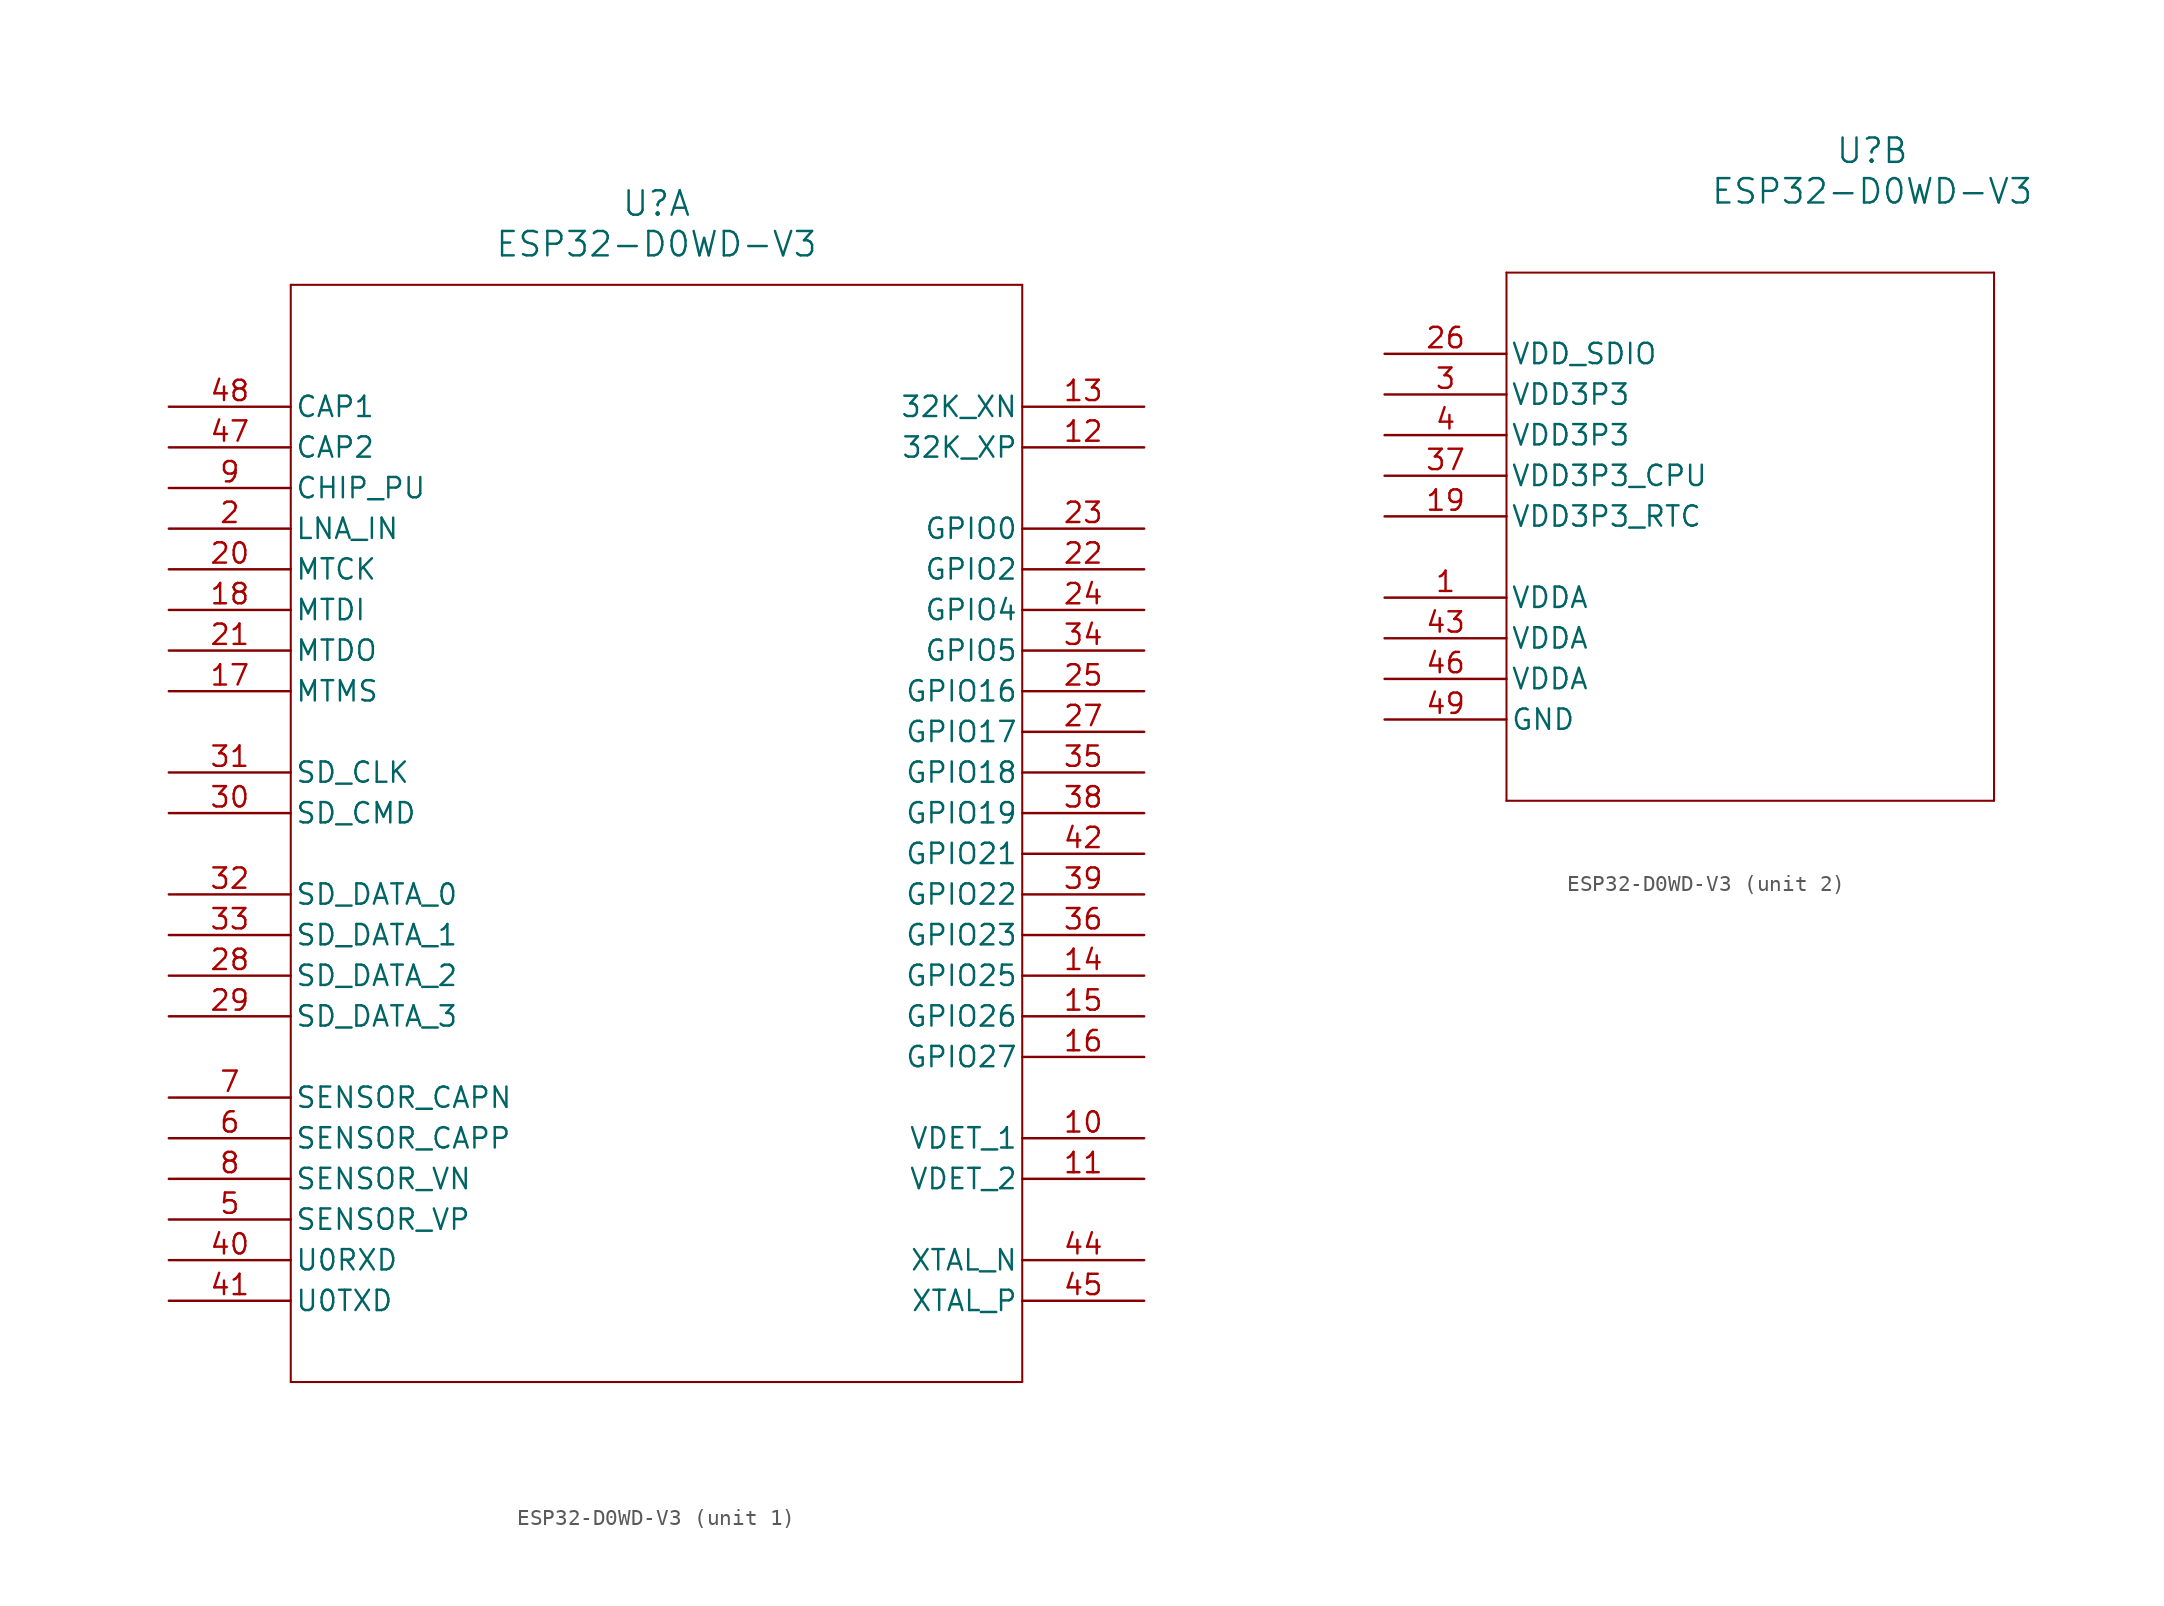
<source format=kicad_sym>
(kicad_symbol_lib
  (version 20211014)
  (generator kicad_symbol_editor)
  (symbol "ESP32-D0WD-V3"
    (pin_names
      (offset 0.254))
    (property "Reference" "U"
      (at 30.48 12.7 0)
      (effects (font (size 1.524 1.524))))
    (property "Value" "ESP32-D0WD-V3"
      (at 30.48 10.16 0)
      (effects (font (size 1.524 1.524))))
    (symbol "ESP32-D0WD-V3_1_1"
      (polyline (pts (xy 7.62 7.62) (xy 7.62 -60.96)) (stroke (width 0.127) (type default) (color 0 0 0 0)) (fill (type none)))
      (polyline (pts (xy 7.62 -60.96) (xy 53.34 -60.96)) (stroke (width 0.127) (type default) (color 0 0 0 0)) (fill (type none)))
      (polyline (pts (xy 53.34 -60.96) (xy 53.34 7.62)) (stroke (width 0.127) (type default) (color 0 0 0 0)) (fill (type none)))
      (polyline (pts (xy 53.34 7.62) (xy 7.62 7.62)) (stroke (width 0.127) (type default) (color 0 0 0 0)) (fill (type none)))
      (pin unspecified line (at 0 -7.62 0) (length 7.62) (name "LNA_IN" (effects (font (size 1.27 1.27)))) (number "2" (effects (font (size 1.27 1.27)))))
      (pin unspecified line (at 0 -50.8 0) (length 7.62) (name "SENSOR_VP" (effects (font (size 1.27 1.27)))) (number "5" (effects (font (size 1.27 1.27)))))
      (pin unspecified line (at 0 -45.72 0) (length 7.62) (name "SENSOR_CAPP" (effects (font (size 1.27 1.27)))) (number "6" (effects (font (size 1.27 1.27)))))
      (pin unspecified line (at 0 -43.18 0) (length 7.62) (name "SENSOR_CAPN" (effects (font (size 1.27 1.27)))) (number "7" (effects (font (size 1.27 1.27)))))
      (pin unspecified line (at 0 -48.26 0) (length 7.62) (name "SENSOR_VN" (effects (font (size 1.27 1.27)))) (number "8" (effects (font (size 1.27 1.27)))))
      (pin unspecified line (at 0 -5.08 0) (length 7.62) (name "CHIP_PU" (effects (font (size 1.27 1.27)))) (number "9" (effects (font (size 1.27 1.27)))))
      (pin bidirectional line (at 60.96 -45.72 180) (length 7.62) (name "VDET_1" (effects (font (size 1.27 1.27)))) (number "10" (effects (font (size 1.27 1.27)))))
      (pin bidirectional line (at 60.96 -48.26 180) (length 7.62) (name "VDET_2" (effects (font (size 1.27 1.27)))) (number "11" (effects (font (size 1.27 1.27)))))
      (pin bidirectional line (at 60.96 -2.54 180) (length 7.62) (name "32K_XP" (effects (font (size 1.27 1.27)))) (number "12" (effects (font (size 1.27 1.27)))))
      (pin bidirectional line (at 60.96 0 180) (length 7.62) (name "32K_XN" (effects (font (size 1.27 1.27)))) (number "13" (effects (font (size 1.27 1.27)))))
      (pin bidirectional line (at 60.96 -35.56 180) (length 7.62) (name "GPIO25" (effects (font (size 1.27 1.27)))) (number "14" (effects (font (size 1.27 1.27)))))
      (pin bidirectional line (at 60.96 -38.1 180) (length 7.62) (name "GPIO26" (effects (font (size 1.27 1.27)))) (number "15" (effects (font (size 1.27 1.27)))))
      (pin bidirectional line (at 60.96 -40.64 180) (length 7.62) (name "GPIO27" (effects (font (size 1.27 1.27)))) (number "16" (effects (font (size 1.27 1.27)))))
      (pin unspecified line (at 0 -17.78 0) (length 7.62) (name "MTMS" (effects (font (size 1.27 1.27)))) (number "17" (effects (font (size 1.27 1.27)))))
      (pin unspecified line (at 0 -12.7 0) (length 7.62) (name "MTDI" (effects (font (size 1.27 1.27)))) (number "18" (effects (font (size 1.27 1.27)))))
      (pin unspecified line (at 0 -10.16 0) (length 7.62) (name "MTCK" (effects (font (size 1.27 1.27)))) (number "20" (effects (font (size 1.27 1.27)))))
      (pin unspecified line (at 0 -15.24 0) (length 7.62) (name "MTDO" (effects (font (size 1.27 1.27)))) (number "21" (effects (font (size 1.27 1.27)))))
      (pin bidirectional line (at 60.96 -10.16 180) (length 7.62) (name "GPIO2" (effects (font (size 1.27 1.27)))) (number "22" (effects (font (size 1.27 1.27)))))
      (pin bidirectional line (at 60.96 -7.62 180) (length 7.62) (name "GPIO0" (effects (font (size 1.27 1.27)))) (number "23" (effects (font (size 1.27 1.27)))))
      (pin bidirectional line (at 60.96 -12.7 180) (length 7.62) (name "GPIO4" (effects (font (size 1.27 1.27)))) (number "24" (effects (font (size 1.27 1.27)))))
      (pin bidirectional line (at 60.96 -17.78 180) (length 7.62) (name "GPIO16" (effects (font (size 1.27 1.27)))) (number "25" (effects (font (size 1.27 1.27)))))
      (pin bidirectional line (at 60.96 -20.32 180) (length 7.62) (name "GPIO17" (effects (font (size 1.27 1.27)))) (number "27" (effects (font (size 1.27 1.27)))))
      (pin bidirectional line (at 0 -35.56 0) (length 7.62) (name "SD_DATA_2" (effects (font (size 1.27 1.27)))) (number "28" (effects (font (size 1.27 1.27)))))
      (pin bidirectional line (at 0 -38.1 0) (length 7.62) (name "SD_DATA_3" (effects (font (size 1.27 1.27)))) (number "29" (effects (font (size 1.27 1.27)))))
      (pin unspecified line (at 0 -25.4 0) (length 7.62) (name "SD_CMD" (effects (font (size 1.27 1.27)))) (number "30" (effects (font (size 1.27 1.27)))))
      (pin unspecified line (at 0 -22.86 0) (length 7.62) (name "SD_CLK" (effects (font (size 1.27 1.27)))) (number "31" (effects (font (size 1.27 1.27)))))
      (pin bidirectional line (at 0 -30.48 0) (length 7.62) (name "SD_DATA_0" (effects (font (size 1.27 1.27)))) (number "32" (effects (font (size 1.27 1.27)))))
      (pin bidirectional line (at 0 -33.02 0) (length 7.62) (name "SD_DATA_1" (effects (font (size 1.27 1.27)))) (number "33" (effects (font (size 1.27 1.27)))))
      (pin bidirectional line (at 60.96 -15.24 180) (length 7.62) (name "GPIO5" (effects (font (size 1.27 1.27)))) (number "34" (effects (font (size 1.27 1.27)))))
      (pin bidirectional line (at 60.96 -22.86 180) (length 7.62) (name "GPIO18" (effects (font (size 1.27 1.27)))) (number "35" (effects (font (size 1.27 1.27)))))
      (pin bidirectional line (at 60.96 -33.02 180) (length 7.62) (name "GPIO23" (effects (font (size 1.27 1.27)))) (number "36" (effects (font (size 1.27 1.27)))))
      (pin bidirectional line (at 60.96 -25.4 180) (length 7.62) (name "GPIO19" (effects (font (size 1.27 1.27)))) (number "38" (effects (font (size 1.27 1.27)))))
      (pin bidirectional line (at 60.96 -30.48 180) (length 7.62) (name "GPIO22" (effects (font (size 1.27 1.27)))) (number "39" (effects (font (size 1.27 1.27)))))
      (pin bidirectional line (at 0 -53.34 0) (length 7.62) (name "U0RXD" (effects (font (size 1.27 1.27)))) (number "40" (effects (font (size 1.27 1.27)))))
      (pin bidirectional line (at 0 -55.88 0) (length 7.62) (name "U0TXD" (effects (font (size 1.27 1.27)))) (number "41" (effects (font (size 1.27 1.27)))))
      (pin bidirectional line (at 60.96 -27.94 180) (length 7.62) (name "GPIO21" (effects (font (size 1.27 1.27)))) (number "42" (effects (font (size 1.27 1.27)))))
      (pin unspecified line (at 60.96 -53.34 180) (length 7.62) (name "XTAL_N" (effects (font (size 1.27 1.27)))) (number "44" (effects (font (size 1.27 1.27)))))
      (pin unspecified line (at 60.96 -55.88 180) (length 7.62) (name "XTAL_P" (effects (font (size 1.27 1.27)))) (number "45" (effects (font (size 1.27 1.27)))))
      (pin bidirectional line (at 0 -2.54 0) (length 7.62) (name "CAP2" (effects (font (size 1.27 1.27)))) (number "47" (effects (font (size 1.27 1.27)))))
      (pin bidirectional line (at 0 0 0) (length 7.62) (name "CAP1" (effects (font (size 1.27 1.27)))) (number "48" (effects (font (size 1.27 1.27))))))
    (symbol "ESP32-D0WD-V3_2_1"
      (polyline (pts (xy 7.62 5.08) (xy 7.62 -27.94)) (stroke (width 0.127) (type default) (color 0 0 0 0)) (fill (type none)))
      (polyline (pts (xy 7.62 -27.94) (xy 38.1 -27.94)) (stroke (width 0.127) (type default) (color 0 0 0 0)) (fill (type none)))
      (polyline (pts (xy 38.1 -27.94) (xy 38.1 5.08)) (stroke (width 0.127) (type default) (color 0 0 0 0)) (fill (type none)))
      (polyline (pts (xy 38.1 5.08) (xy 7.62 5.08)) (stroke (width 0.127) (type default) (color 0 0 0 0)) (fill (type none)))
      (pin power_in line (at 0 -15.24 0) (length 7.62) (name "VDDA" (effects (font (size 1.27 1.27)))) (number "1" (effects (font (size 1.27 1.27)))))
      (pin power_in line (at 0 -2.54 0) (length 7.62) (name "VDD3P3" (effects (font (size 1.27 1.27)))) (number "3" (effects (font (size 1.27 1.27)))))
      (pin power_in line (at 0 -5.08 0) (length 7.62) (name "VDD3P3" (effects (font (size 1.27 1.27)))) (number "4" (effects (font (size 1.27 1.27)))))
      (pin power_in line (at 0 -10.16 0) (length 7.62) (name "VDD3P3_RTC" (effects (font (size 1.27 1.27)))) (number "19" (effects (font (size 1.27 1.27)))))
      (pin power_in line (at 0 0 0) (length 7.62) (name "VDD_SDIO" (effects (font (size 1.27 1.27)))) (number "26" (effects (font (size 1.27 1.27)))))
      (pin power_in line (at 0 -7.62 0) (length 7.62) (name "VDD3P3_CPU" (effects (font (size 1.27 1.27)))) (number "37" (effects (font (size 1.27 1.27)))))
      (pin power_in line (at 0 -17.78 0) (length 7.62) (name "VDDA" (effects (font (size 1.27 1.27)))) (number "43" (effects (font (size 1.27 1.27)))))
      (pin power_in line (at 0 -20.32 0) (length 7.62) (name "VDDA" (effects (font (size 1.27 1.27)))) (number "46" (effects (font (size 1.27 1.27)))))
      (pin power_out line (at 0 -22.86 0) (length 7.62) (name "GND" (effects (font (size 1.27 1.27)))) (number "49" (effects (font (size 1.27 1.27))))))))
</source>
